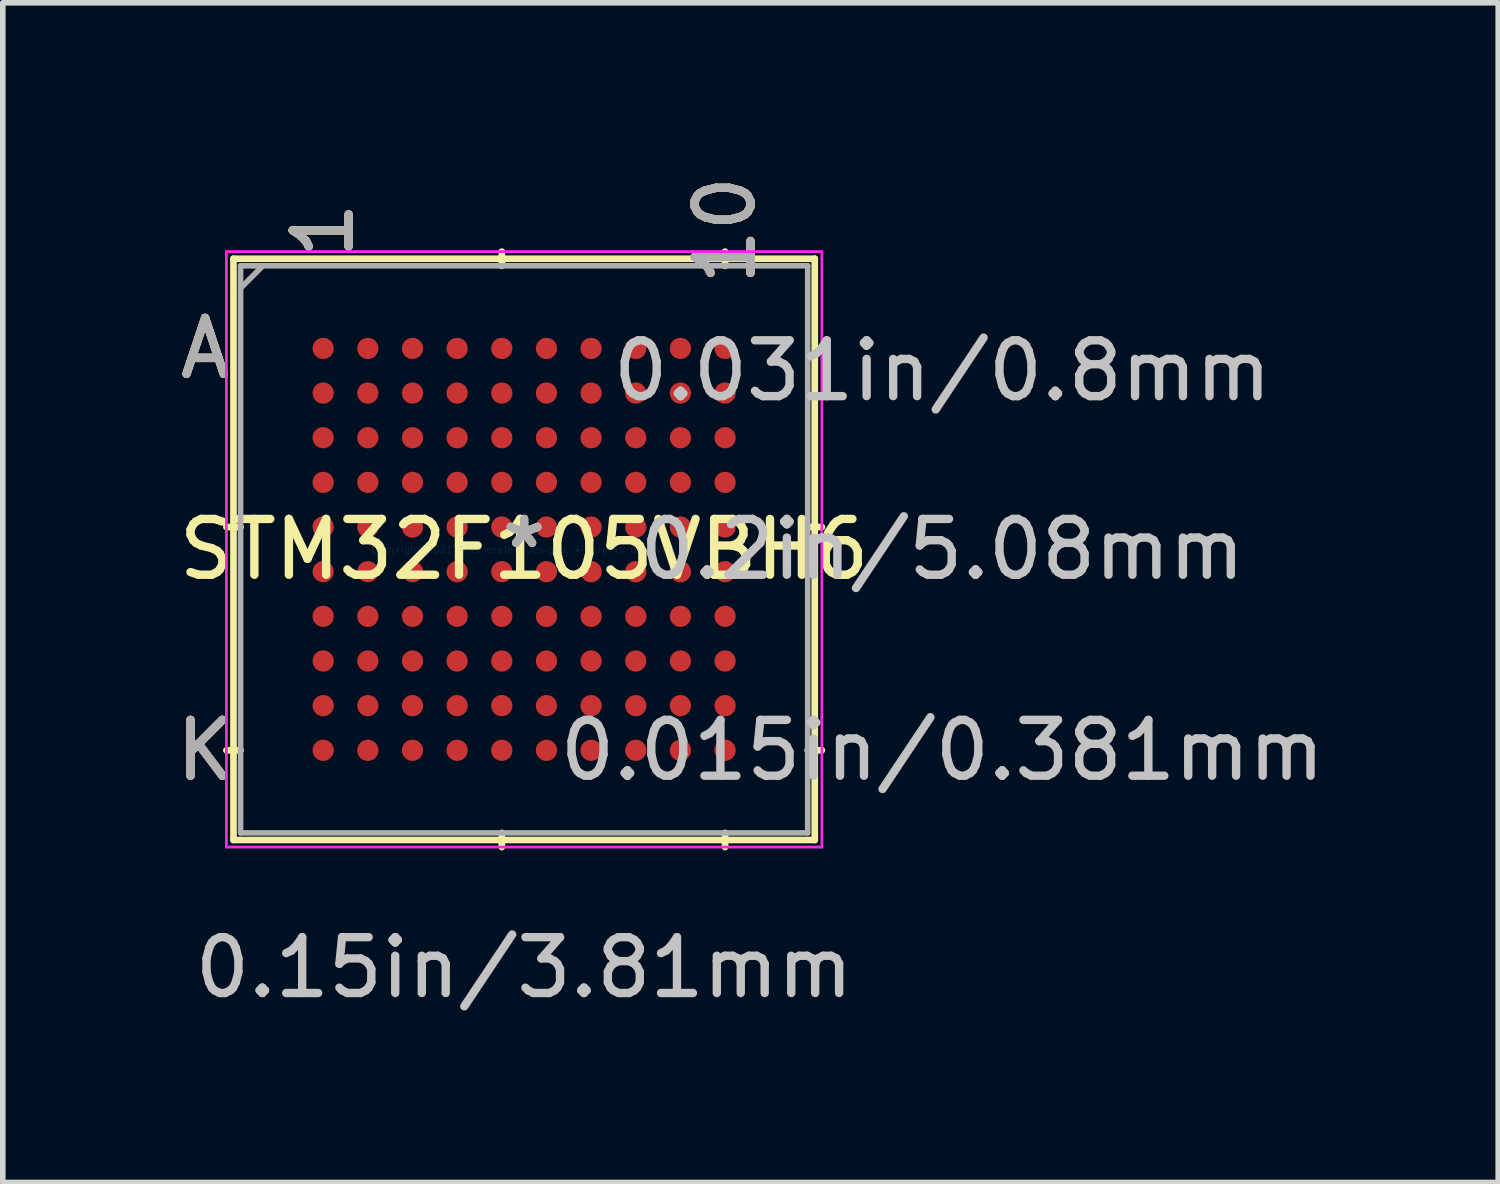
<source format=kicad_pcb>
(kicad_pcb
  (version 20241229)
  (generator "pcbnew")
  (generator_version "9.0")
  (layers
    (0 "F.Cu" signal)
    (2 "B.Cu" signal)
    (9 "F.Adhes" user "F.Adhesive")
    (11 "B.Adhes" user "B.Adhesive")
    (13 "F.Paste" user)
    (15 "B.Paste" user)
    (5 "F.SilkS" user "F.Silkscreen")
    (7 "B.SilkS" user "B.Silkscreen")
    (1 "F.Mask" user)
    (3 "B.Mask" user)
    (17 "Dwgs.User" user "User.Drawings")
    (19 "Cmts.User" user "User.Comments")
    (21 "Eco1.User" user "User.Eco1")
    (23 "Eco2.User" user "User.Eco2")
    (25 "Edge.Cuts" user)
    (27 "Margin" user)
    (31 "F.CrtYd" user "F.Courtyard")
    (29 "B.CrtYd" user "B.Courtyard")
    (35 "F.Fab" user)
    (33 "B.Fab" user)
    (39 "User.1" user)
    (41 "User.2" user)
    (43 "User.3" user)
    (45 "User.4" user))
  (footprint "STM32F105VBH6"
    (layer "F.Cu")
    (at 6.34 6.792)
    (property "Reference" "STM32F105VBH6" (at 0 0 0) (layer "F.SilkS") (effects (font (size 1 1) (thickness 0.15))))
    (attr through_hole)
    (fp_line (start -5.207 -5.207) (end -5.207 5.207) (stroke (width 0.12) (type solid)) (layer "F.SilkS"))
    (fp_line (start -5.207 5.207) (end 5.207 5.207) (stroke (width 0.12) (type solid)) (layer "F.SilkS"))
    (fp_line (start -5.08 -0.4) (end -5.334 -0.4) (stroke (width 0.12) (type solid)) (layer "F.SilkS"))
    (fp_line (start -5.08 3.6) (end -5.334 3.6) (stroke (width 0.12) (type solid)) (layer "F.SilkS"))
    (fp_line (start -0.4 -5.08) (end -0.4 -5.334) (stroke (width 0.12) (type solid)) (layer "F.SilkS"))
    (fp_line (start -0.4 5.08) (end -0.4 5.334) (stroke (width 0.12) (type solid)) (layer "F.SilkS"))
    (fp_line (start 3.6 -5.08) (end 3.6 -5.334) (stroke (width 0.12) (type solid)) (layer "F.SilkS"))
    (fp_line (start 3.6 5.08) (end 3.6 5.334) (stroke (width 0.12) (type solid)) (layer "F.SilkS"))
    (fp_line (start 5.08 -0.4) (end 5.334 -0.4) (stroke (width 0.12) (type solid)) (layer "F.SilkS"))
    (fp_line (start 5.08 3.6) (end 5.334 3.6) (stroke (width 0.12) (type solid)) (layer "F.SilkS"))
    (fp_line (start 5.207 -5.207) (end -5.207 -5.207) (stroke (width 0.12) (type solid)) (layer "F.SilkS"))
    (fp_line (start 5.207 5.207) (end 5.207 -5.207) (stroke (width 0.12) (type solid)) (layer "F.SilkS"))
    (fp_line (start -5.334 -5.334) (end 5.334 -5.334) (stroke (width 0.05) (type solid)) (layer "F.CrtYd"))
    (fp_line (start -5.334 5.334) (end -5.334 -5.334) (stroke (width 0.05) (type solid)) (layer "F.CrtYd"))
    (fp_line (start 5.334 -5.334) (end 5.334 5.334) (stroke (width 0.05) (type solid)) (layer "F.CrtYd"))
    (fp_line (start 5.334 5.334) (end -5.334 5.334) (stroke (width 0.05) (type solid)) (layer "F.CrtYd"))
    (fp_line (start -5.08 -5.08) (end -5.08 5.08) (stroke (width 0.1) (type solid)) (layer "F.Fab"))
    (fp_line (start -5.08 5.08) (end 5.08 5.08) (stroke (width 0.1) (type solid)) (layer "F.Fab"))
    (fp_line (start -4.68 -5.08) (end -5.08 -4.68) (stroke (width 0.1) (type solid)) (layer "F.Fab"))
    (fp_line (start 5.08 -5.08) (end -5.08 -5.08) (stroke (width 0.1) (type solid)) (layer "F.Fab"))
    (fp_line (start 5.08 5.08) (end 5.08 -5.08) (stroke (width 0.1) (type solid)) (layer "F.Fab"))
    (fp_text user "10" (at 3.6 -5.715 90) (layer "F.SilkS") (effects (font (size 1 1) (thickness 0.15))))
    (fp_text user "K" (at -5.715 3.6 0) (layer "F.SilkS") (effects (font (size 1 1) (thickness 0.15))))
    (fp_text user "1" (at -3.6 -5.715 90) (layer "F.SilkS") (effects (font (size 1 1) (thickness 0.15))))
    (fp_text user "A" (at -5.715 -3.6 0) (layer "F.SilkS") (effects (font (size 1 1) (thickness 0.15))))
    (fp_text user "*" (at 0 0 0) (layer "F.SilkS") (effects (font (size 1 1) (thickness 0.15))))
    (fp_text user "A" (at -5.715 -3.6 0) (layer "B.SilkS") (effects (font (size 1 1) (thickness 0.15))))
    (fp_text user "10" (at 3.6 -5.715 90) (layer "B.SilkS") (effects (font (size 1 1) (thickness 0.15))))
    (fp_text user "1" (at -3.6 -5.715 90) (layer "B.SilkS") (effects (font (size 1 1) (thickness 0.15))))
    (fp_text user "K" (at -5.715 3.6 0) (layer "B.SilkS") (effects (font (size 1 1) (thickness 0.15))))
    (fp_text user "0.15in/3.81mm" (at 0 7.493 0) (layer "Dwgs.User") (effects (font (size 1 1) (thickness 0.15))))
    (fp_text user "0.015in/0.381mm" (at 7.493 3.6 0) (layer "Dwgs.User") (effects (font (size 1 1) (thickness 0.15))))
    (fp_text user "0.2in/5.08mm" (at 7.493 0 0) (layer "Dwgs.User") (effects (font (size 1 1) (thickness 0.15))))
    (fp_text user "0.031in/0.8mm" (at 7.493 -3.2 0) (layer "Dwgs.User") (effects (font (size 1 1) (thickness 0.15))))
    (fp_text user "Copyright 2021 Accelerated Designs. All rights reserved." (at 0 0 0) (layer "Cmts.User") (effects (font (size 0.127 0.127) (thickness 0.002))))
    (fp_text user "10" (at 3.6 -5.715 90) (layer "F.Fab") (effects (font (size 1 1) (thickness 0.15))))
    (fp_text user "K" (at -5.715 3.6 0) (layer "F.Fab") (effects (font (size 1 1) (thickness 0.15))))
    (fp_text user "1" (at -3.6 -5.715 90) (layer "F.Fab") (effects (font (size 1 1) (thickness 0.15))))
    (fp_text user "A" (at -5.715 -3.6 0) (layer "F.Fab") (effects (font (size 1 1) (thickness 0.15))))
    (fp_text user "*" (at 0 0 0) (layer "F.Fab") (effects (font (size 1 1) (thickness 0.15))))
    (pad "A1" smd circle (at -3.6 -3.6) (size 0.381 0.381) (layers "F.Cu" "F.Mask" "F.Paste"))
    (pad "A2" smd circle (at -2.8 -3.6) (size 0.381 0.381) (layers "F.Cu" "F.Mask" "F.Paste"))
    (pad "A3" smd circle (at -2 -3.6) (size 0.381 0.381) (layers "F.Cu" "F.Mask" "F.Paste"))
    (pad "A4" smd circle (at -1.2 -3.6) (size 0.381 0.381) (layers "F.Cu" "F.Mask" "F.Paste"))
    (pad "A5" smd circle (at -0.4 -3.6) (size 0.381 0.381) (layers "F.Cu" "F.Mask" "F.Paste"))
    (pad "A6" smd circle (at 0.4 -3.6) (size 0.381 0.381) (layers "F.Cu" "F.Mask" "F.Paste"))
    (pad "A7" smd circle (at 1.2 -3.6) (size 0.381 0.381) (layers "F.Cu" "F.Mask" "F.Paste"))
    (pad "A8" smd circle (at 2 -3.6) (size 0.381 0.381) (layers "F.Cu" "F.Mask" "F.Paste"))
    (pad "A9" smd circle (at 2.8 -3.6) (size 0.381 0.381) (layers "F.Cu" "F.Mask" "F.Paste"))
    (pad "A10" smd circle (at 3.6 -3.6) (size 0.381 0.381) (layers "F.Cu" "F.Mask" "F.Paste"))
    (pad "B1" smd circle (at -3.6 -2.8) (size 0.381 0.381) (layers "F.Cu" "F.Mask" "F.Paste"))
    (pad "B2" smd circle (at -2.8 -2.8) (size 0.381 0.381) (layers "F.Cu" "F.Mask" "F.Paste"))
    (pad "B3" smd circle (at -2 -2.8) (size 0.381 0.381) (layers "F.Cu" "F.Mask" "F.Paste"))
    (pad "B4" smd circle (at -1.2 -2.8) (size 0.381 0.381) (layers "F.Cu" "F.Mask" "F.Paste"))
    (pad "B5" smd circle (at -0.4 -2.8) (size 0.381 0.381) (layers "F.Cu" "F.Mask" "F.Paste"))
    (pad "B6" smd circle (at 0.4 -2.8) (size 0.381 0.381) (layers "F.Cu" "F.Mask" "F.Paste"))
    (pad "B7" smd circle (at 1.2 -2.8) (size 0.381 0.381) (layers "F.Cu" "F.Mask" "F.Paste"))
    (pad "B8" smd circle (at 2 -2.8) (size 0.381 0.381) (layers "F.Cu" "F.Mask" "F.Paste"))
    (pad "B9" smd circle (at 2.8 -2.8) (size 0.381 0.381) (layers "F.Cu" "F.Mask" "F.Paste"))
    (pad "B10" smd circle (at 3.6 -2.8) (size 0.381 0.381) (layers "F.Cu" "F.Mask" "F.Paste"))
    (pad "C1" smd circle (at -3.6 -2) (size 0.381 0.381) (layers "F.Cu" "F.Mask" "F.Paste"))
    (pad "C2" smd circle (at -2.8 -2) (size 0.381 0.381) (layers "F.Cu" "F.Mask" "F.Paste"))
    (pad "C3" smd circle (at -2 -2) (size 0.381 0.381) (layers "F.Cu" "F.Mask" "F.Paste"))
    (pad "C4" smd circle (at -1.2 -2) (size 0.381 0.381) (layers "F.Cu" "F.Mask" "F.Paste"))
    (pad "C5" smd circle (at -0.4 -2) (size 0.381 0.381) (layers "F.Cu" "F.Mask" "F.Paste"))
    (pad "C6" smd circle (at 0.4 -2) (size 0.381 0.381) (layers "F.Cu" "F.Mask" "F.Paste"))
    (pad "C7" smd circle (at 1.2 -2) (size 0.381 0.381) (layers "F.Cu" "F.Mask" "F.Paste"))
    (pad "C8" smd circle (at 2 -2) (size 0.381 0.381) (layers "F.Cu" "F.Mask" "F.Paste"))
    (pad "C9" smd circle (at 2.8 -2) (size 0.381 0.381) (layers "F.Cu" "F.Mask" "F.Paste"))
    (pad "C10" smd circle (at 3.6 -2) (size 0.381 0.381) (layers "F.Cu" "F.Mask" "F.Paste"))
    (pad "D1" smd circle (at -3.6 -1.2) (size 0.381 0.381) (layers "F.Cu" "F.Mask" "F.Paste"))
    (pad "D2" smd circle (at -2.8 -1.2) (size 0.381 0.381) (layers "F.Cu" "F.Mask" "F.Paste"))
    (pad "D3" smd circle (at -2 -1.2) (size 0.381 0.381) (layers "F.Cu" "F.Mask" "F.Paste"))
    (pad "D4" smd circle (at -1.2 -1.2) (size 0.381 0.381) (layers "F.Cu" "F.Mask" "F.Paste"))
    (pad "D5" smd circle (at -0.4 -1.2) (size 0.381 0.381) (layers "F.Cu" "F.Mask" "F.Paste"))
    (pad "D6" smd circle (at 0.4 -1.2) (size 0.381 0.381) (layers "F.Cu" "F.Mask" "F.Paste"))
    (pad "D7" smd circle (at 1.2 -1.2) (size 0.381 0.381) (layers "F.Cu" "F.Mask" "F.Paste"))
    (pad "D8" smd circle (at 2 -1.2) (size 0.381 0.381) (layers "F.Cu" "F.Mask" "F.Paste"))
    (pad "D9" smd circle (at 2.8 -1.2) (size 0.381 0.381) (layers "F.Cu" "F.Mask" "F.Paste"))
    (pad "D10" smd circle (at 3.6 -1.2) (size 0.381 0.381) (layers "F.Cu" "F.Mask" "F.Paste"))
    (pad "E1" smd circle (at -3.6 -0.4) (size 0.381 0.381) (layers "F.Cu" "F.Mask" "F.Paste"))
    (pad "E2" smd circle (at -2.8 -0.4) (size 0.381 0.381) (layers "F.Cu" "F.Mask" "F.Paste"))
    (pad "E3" smd circle (at -2 -0.4) (size 0.381 0.381) (layers "F.Cu" "F.Mask" "F.Paste"))
    (pad "E4" smd circle (at -1.2 -0.4) (size 0.381 0.381) (layers "F.Cu" "F.Mask" "F.Paste"))
    (pad "E5" smd circle (at -0.4 -0.4) (size 0.381 0.381) (layers "F.Cu" "F.Mask" "F.Paste"))
    (pad "E6" smd circle (at 0.4 -0.4) (size 0.381 0.381) (layers "F.Cu" "F.Mask" "F.Paste"))
    (pad "E7" smd circle (at 1.2 -0.4) (size 0.381 0.381) (layers "F.Cu" "F.Mask" "F.Paste"))
    (pad "E8" smd circle (at 2 -0.4) (size 0.381 0.381) (layers "F.Cu" "F.Mask" "F.Paste"))
    (pad "E9" smd circle (at 2.8 -0.4) (size 0.381 0.381) (layers "F.Cu" "F.Mask" "F.Paste"))
    (pad "E10" smd circle (at 3.6 -0.4) (size 0.381 0.381) (layers "F.Cu" "F.Mask" "F.Paste"))
    (pad "F1" smd circle (at -3.6 0.4) (size 0.381 0.381) (layers "F.Cu" "F.Mask" "F.Paste"))
    (pad "F2" smd circle (at -2.8 0.4) (size 0.381 0.381) (layers "F.Cu" "F.Mask" "F.Paste"))
    (pad "F3" smd circle (at -2 0.4) (size 0.381 0.381) (layers "F.Cu" "F.Mask" "F.Paste"))
    (pad "F4" smd circle (at -1.2 0.4) (size 0.381 0.381) (layers "F.Cu" "F.Mask" "F.Paste"))
    (pad "F5" smd circle (at -0.4 0.4) (size 0.381 0.381) (layers "F.Cu" "F.Mask" "F.Paste"))
    (pad "F6" smd circle (at 0.4 0.4) (size 0.381 0.381) (layers "F.Cu" "F.Mask" "F.Paste"))
    (pad "F7" smd circle (at 1.2 0.4) (size 0.381 0.381) (layers "F.Cu" "F.Mask" "F.Paste"))
    (pad "F8" smd circle (at 2 0.4) (size 0.381 0.381) (layers "F.Cu" "F.Mask" "F.Paste"))
    (pad "F9" smd circle (at 2.8 0.4) (size 0.381 0.381) (layers "F.Cu" "F.Mask" "F.Paste"))
    (pad "F10" smd circle (at 3.6 0.4) (size 0.381 0.381) (layers "F.Cu" "F.Mask" "F.Paste"))
    (pad "G1" smd circle (at -3.6 1.2) (size 0.381 0.381) (layers "F.Cu" "F.Mask" "F.Paste"))
    (pad "G2" smd circle (at -2.8 1.2) (size 0.381 0.381) (layers "F.Cu" "F.Mask" "F.Paste"))
    (pad "G3" smd circle (at -2 1.2) (size 0.381 0.381) (layers "F.Cu" "F.Mask" "F.Paste"))
    (pad "G4" smd circle (at -1.2 1.2) (size 0.381 0.381) (layers "F.Cu" "F.Mask" "F.Paste"))
    (pad "G5" smd circle (at -0.4 1.2) (size 0.381 0.381) (layers "F.Cu" "F.Mask" "F.Paste"))
    (pad "G6" smd circle (at 0.4 1.2) (size 0.381 0.381) (layers "F.Cu" "F.Mask" "F.Paste"))
    (pad "G7" smd circle (at 1.2 1.2) (size 0.381 0.381) (layers "F.Cu" "F.Mask" "F.Paste"))
    (pad "G8" smd circle (at 2 1.2) (size 0.381 0.381) (layers "F.Cu" "F.Mask" "F.Paste"))
    (pad "G9" smd circle (at 2.8 1.2) (size 0.381 0.381) (layers "F.Cu" "F.Mask" "F.Paste"))
    (pad "G10" smd circle (at 3.6 1.2) (size 0.381 0.381) (layers "F.Cu" "F.Mask" "F.Paste"))
    (pad "H1" smd circle (at -3.6 2) (size 0.381 0.381) (layers "F.Cu" "F.Mask" "F.Paste"))
    (pad "H2" smd circle (at -2.8 2) (size 0.381 0.381) (layers "F.Cu" "F.Mask" "F.Paste"))
    (pad "H3" smd circle (at -2 2) (size 0.381 0.381) (layers "F.Cu" "F.Mask" "F.Paste"))
    (pad "H4" smd circle (at -1.2 2) (size 0.381 0.381) (layers "F.Cu" "F.Mask" "F.Paste"))
    (pad "H5" smd circle (at -0.4 2) (size 0.381 0.381) (layers "F.Cu" "F.Mask" "F.Paste"))
    (pad "H6" smd circle (at 0.4 2) (size 0.381 0.381) (layers "F.Cu" "F.Mask" "F.Paste"))
    (pad "H7" smd circle (at 1.2 2) (size 0.381 0.381) (layers "F.Cu" "F.Mask" "F.Paste"))
    (pad "H8" smd circle (at 2 2) (size 0.381 0.381) (layers "F.Cu" "F.Mask" "F.Paste"))
    (pad "H9" smd circle (at 2.8 2) (size 0.381 0.381) (layers "F.Cu" "F.Mask" "F.Paste"))
    (pad "H10" smd circle (at 3.6 2) (size 0.381 0.381) (layers "F.Cu" "F.Mask" "F.Paste"))
    (pad "J1" smd circle (at -3.6 2.8) (size 0.381 0.381) (layers "F.Cu" "F.Mask" "F.Paste"))
    (pad "J2" smd circle (at -2.8 2.8) (size 0.381 0.381) (layers "F.Cu" "F.Mask" "F.Paste"))
    (pad "J3" smd circle (at -2 2.8) (size 0.381 0.381) (layers "F.Cu" "F.Mask" "F.Paste"))
    (pad "J4" smd circle (at -1.2 2.8) (size 0.381 0.381) (layers "F.Cu" "F.Mask" "F.Paste"))
    (pad "J5" smd circle (at -0.4 2.8) (size 0.381 0.381) (layers "F.Cu" "F.Mask" "F.Paste"))
    (pad "J6" smd circle (at 0.4 2.8) (size 0.381 0.381) (layers "F.Cu" "F.Mask" "F.Paste"))
    (pad "J7" smd circle (at 1.2 2.8) (size 0.381 0.381) (layers "F.Cu" "F.Mask" "F.Paste"))
    (pad "J8" smd circle (at 2 2.8) (size 0.381 0.381) (layers "F.Cu" "F.Mask" "F.Paste"))
    (pad "J9" smd circle (at 2.8 2.8) (size 0.381 0.381) (layers "F.Cu" "F.Mask" "F.Paste"))
    (pad "J10" smd circle (at 3.6 2.8) (size 0.381 0.381) (layers "F.Cu" "F.Mask" "F.Paste"))
    (pad "K1" smd circle (at -3.6 3.6) (size 0.381 0.381) (layers "F.Cu" "F.Mask" "F.Paste"))
    (pad "K2" smd circle (at -2.8 3.6) (size 0.381 0.381) (layers "F.Cu" "F.Mask" "F.Paste"))
    (pad "K3" smd circle (at -2 3.6) (size 0.381 0.381) (layers "F.Cu" "F.Mask" "F.Paste"))
    (pad "K4" smd circle (at -1.2 3.6) (size 0.381 0.381) (layers "F.Cu" "F.Mask" "F.Paste"))
    (pad "K5" smd circle (at -0.4 3.6) (size 0.381 0.381) (layers "F.Cu" "F.Mask" "F.Paste"))
    (pad "K6" smd circle (at 0.4 3.6) (size 0.381 0.381) (layers "F.Cu" "F.Mask" "F.Paste"))
    (pad "K7" smd circle (at 1.2 3.6) (size 0.381 0.381) (layers "F.Cu" "F.Mask" "F.Paste"))
    (pad "K8" smd circle (at 2 3.6) (size 0.381 0.381) (layers "F.Cu" "F.Mask" "F.Paste"))
    (pad "K9" smd circle (at 2.8 3.6) (size 0.381 0.381) (layers "F.Cu" "F.Mask" "F.Paste"))
    (pad "K10" smd circle (at 3.6 3.6) (size 0.381 0.381) (layers "F.Cu" "F.Mask" "F.Paste")))
  (gr_rect
    (start -3 -3)
    (end 23.791 18.134)
    (stroke (width 0.1) (type default))
    (fill no)
    (layer "Edge.Cuts")))
</source>
